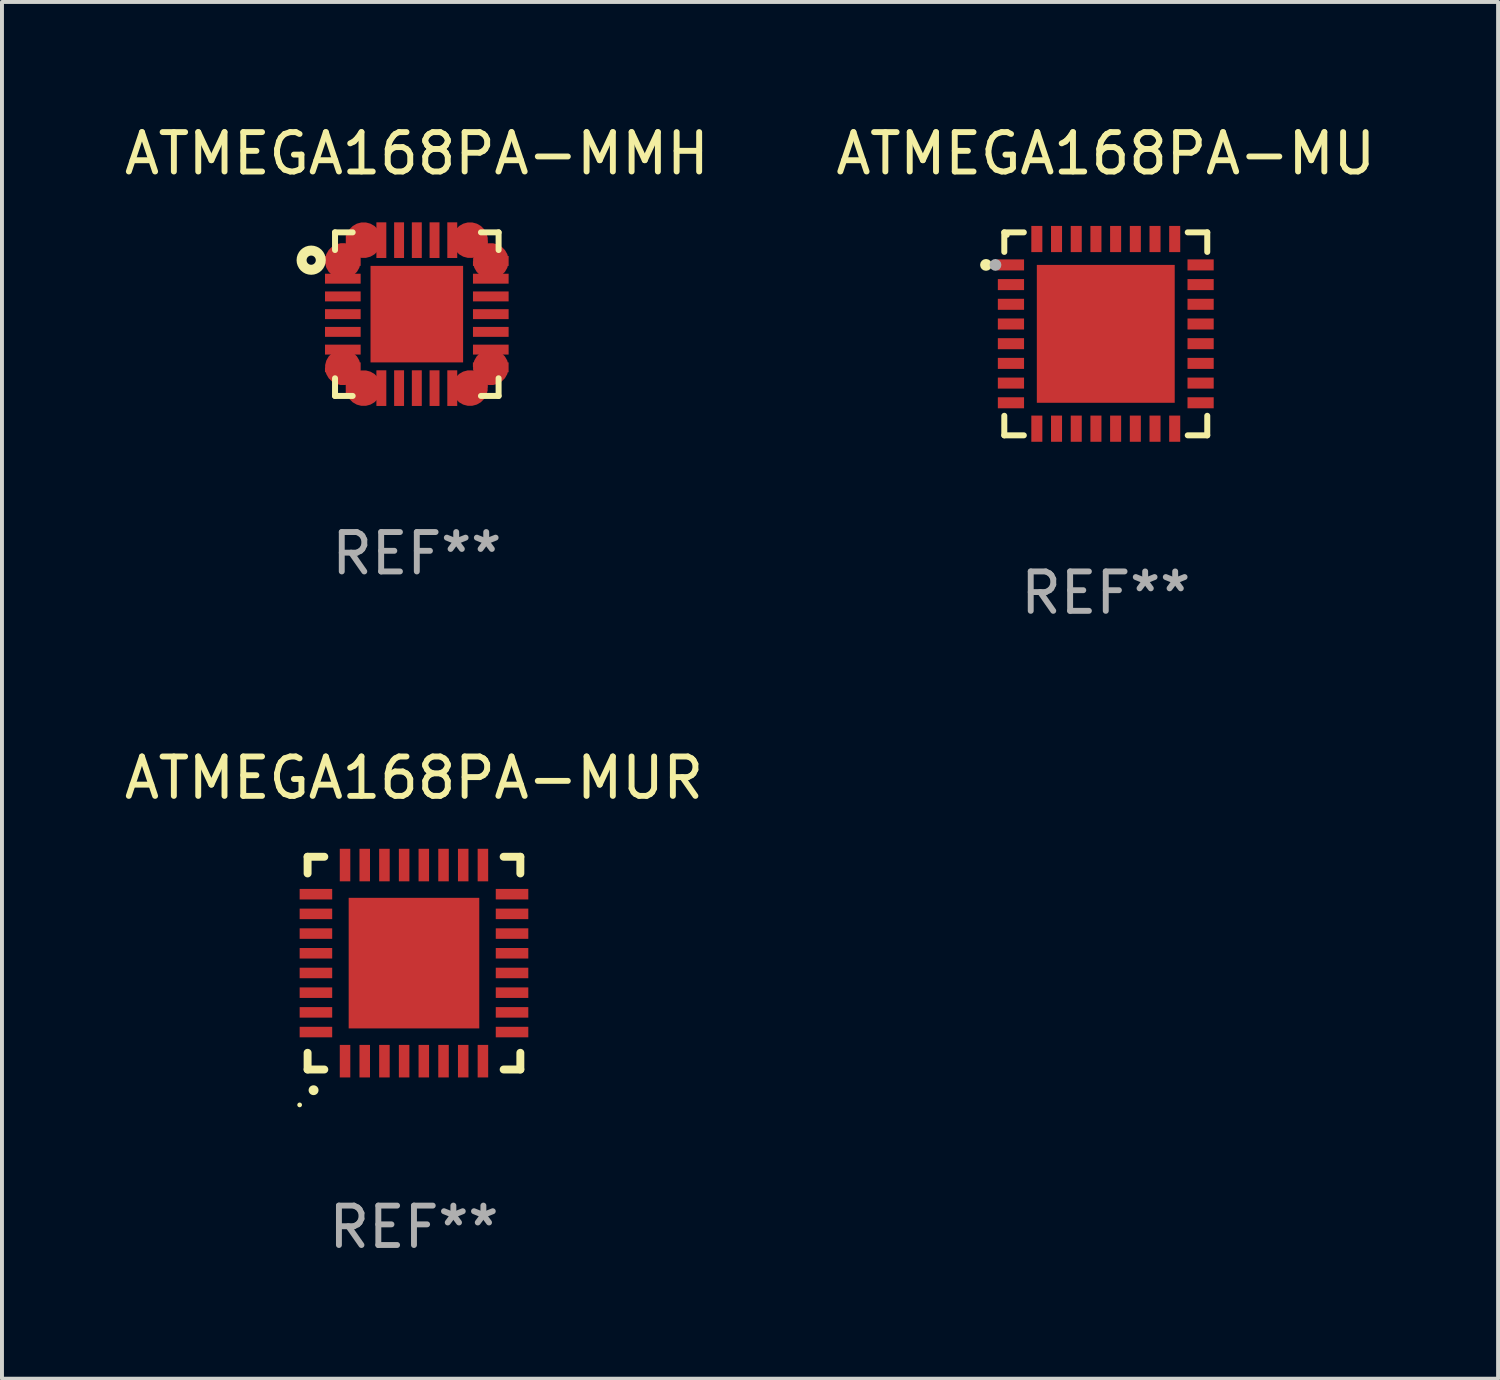
<source format=kicad_pcb>
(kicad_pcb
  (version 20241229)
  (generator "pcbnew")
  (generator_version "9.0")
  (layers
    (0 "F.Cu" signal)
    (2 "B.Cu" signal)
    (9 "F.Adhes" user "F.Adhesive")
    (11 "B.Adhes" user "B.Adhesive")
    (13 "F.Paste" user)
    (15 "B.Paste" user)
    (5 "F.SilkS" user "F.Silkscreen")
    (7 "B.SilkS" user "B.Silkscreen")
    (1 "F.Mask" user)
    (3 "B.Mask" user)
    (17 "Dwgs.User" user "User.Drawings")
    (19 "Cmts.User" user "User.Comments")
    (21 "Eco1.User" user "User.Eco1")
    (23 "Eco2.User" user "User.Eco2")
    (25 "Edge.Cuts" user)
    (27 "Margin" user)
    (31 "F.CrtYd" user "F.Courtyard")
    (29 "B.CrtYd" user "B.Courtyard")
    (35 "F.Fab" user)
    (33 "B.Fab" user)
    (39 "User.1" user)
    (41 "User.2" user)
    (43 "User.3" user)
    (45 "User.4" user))
  (footprint "ATMEGA168PA-MU"
    (layer "F.Cu")
    (at 25.018 5.424)
    (property "Reference" "ATMEGA168PA-MU" (at 0 -4.576 0) (layer "F.SilkS") (effects (font (size 1 1) (thickness 0.15))))
    (attr through_hole)
    (fp_line (start -2.576 -2.576) (end -2.576 -2.08) (stroke (width 0.152) (type solid)) (layer "F.SilkS"))
    (fp_line (start -2.576 2.576) (end -2.576 2.08) (stroke (width 0.152) (type solid)) (layer "F.SilkS"))
    (fp_line (start -2.08 -2.576) (end -2.576 -2.576) (stroke (width 0.152) (type solid)) (layer "F.SilkS"))
    (fp_line (start -2.08 2.576) (end -2.576 2.576) (stroke (width 0.152) (type solid)) (layer "F.SilkS"))
    (fp_line (start 2.08 -2.576) (end 2.576 -2.576) (stroke (width 0.152) (type solid)) (layer "F.SilkS"))
    (fp_line (start 2.08 2.576) (end 2.576 2.576) (stroke (width 0.152) (type solid)) (layer "F.SilkS"))
    (fp_line (start 2.576 -2.576) (end 2.576 -2.08) (stroke (width 0.152) (type solid)) (layer "F.SilkS"))
    (fp_line (start 2.576 2.576) (end 2.576 2.08) (stroke (width 0.152) (type solid)) (layer "F.SilkS"))
    (fp_circle (center -3.04 -1.75) (end -2.965 -1.75) (stroke (width 0.15) (type solid)) (fill no) (layer "F.SilkS"))
    (fp_circle (center -2.5 -2.5) (end -2.47 -2.5) (stroke (width 0.06) (type solid)) (fill no) (layer "F.SilkS"))
    (fp_circle (center -2.8 -1.75) (end -2.725 -1.75) (stroke (width 0.15) (type solid)) (fill no) (layer "F.Fab"))
    (fp_text user "REF**" (at 0 6.576 0) (layer "F.Fab") (effects (font (size 1 1) (thickness 0.15))))
    (pad "1" smd rect (at -2.407 -1.75) (size 0.665 0.28) (layers "F.Cu" "F.Mask" "F.Paste"))
    (pad "2" smd rect (at -2.407 -1.25) (size 0.665 0.28) (layers "F.Cu" "F.Mask" "F.Paste"))
    (pad "3" smd rect (at -2.407 -0.75) (size 0.665 0.28) (layers "F.Cu" "F.Mask" "F.Paste"))
    (pad "4" smd rect (at -2.407 -0.25) (size 0.665 0.28) (layers "F.Cu" "F.Mask" "F.Paste"))
    (pad "5" smd rect (at -2.407 0.25) (size 0.665 0.28) (layers "F.Cu" "F.Mask" "F.Paste"))
    (pad "6" smd rect (at -2.407 0.75) (size 0.665 0.28) (layers "F.Cu" "F.Mask" "F.Paste"))
    (pad "7" smd rect (at -2.407 1.25) (size 0.665 0.28) (layers "F.Cu" "F.Mask" "F.Paste"))
    (pad "8" smd rect (at -2.407 1.75) (size 0.665 0.28) (layers "F.Cu" "F.Mask" "F.Paste"))
    (pad "9" smd rect (at -1.75 2.407) (size 0.28 0.665) (layers "F.Cu" "F.Mask" "F.Paste"))
    (pad "10" smd rect (at -1.25 2.407) (size 0.28 0.665) (layers "F.Cu" "F.Mask" "F.Paste"))
    (pad "11" smd rect (at -0.75 2.407) (size 0.28 0.665) (layers "F.Cu" "F.Mask" "F.Paste"))
    (pad "12" smd rect (at -0.25 2.407) (size 0.28 0.665) (layers "F.Cu" "F.Mask" "F.Paste"))
    (pad "13" smd rect (at 0.25 2.407) (size 0.28 0.665) (layers "F.Cu" "F.Mask" "F.Paste"))
    (pad "14" smd rect (at 0.75 2.407) (size 0.28 0.665) (layers "F.Cu" "F.Mask" "F.Paste"))
    (pad "15" smd rect (at 1.25 2.407) (size 0.28 0.665) (layers "F.Cu" "F.Mask" "F.Paste"))
    (pad "16" smd rect (at 1.75 2.407) (size 0.28 0.665) (layers "F.Cu" "F.Mask" "F.Paste"))
    (pad "17" smd rect (at 2.407 1.75) (size 0.665 0.28) (layers "F.Cu" "F.Mask" "F.Paste"))
    (pad "18" smd rect (at 2.407 1.25) (size 0.665 0.28) (layers "F.Cu" "F.Mask" "F.Paste"))
    (pad "19" smd rect (at 2.407 0.75) (size 0.665 0.28) (layers "F.Cu" "F.Mask" "F.Paste"))
    (pad "20" smd rect (at 2.407 0.25) (size 0.665 0.28) (layers "F.Cu" "F.Mask" "F.Paste"))
    (pad "21" smd rect (at 2.407 -0.25) (size 0.665 0.28) (layers "F.Cu" "F.Mask" "F.Paste"))
    (pad "22" smd rect (at 2.407 -0.75) (size 0.665 0.28) (layers "F.Cu" "F.Mask" "F.Paste"))
    (pad "23" smd rect (at 2.407 -1.25) (size 0.665 0.28) (layers "F.Cu" "F.Mask" "F.Paste"))
    (pad "24" smd rect (at 2.407 -1.75) (size 0.665 0.28) (layers "F.Cu" "F.Mask" "F.Paste"))
    (pad "25" smd rect (at 1.75 -2.407) (size 0.28 0.665) (layers "F.Cu" "F.Mask" "F.Paste"))
    (pad "26" smd rect (at 1.25 -2.407) (size 0.28 0.665) (layers "F.Cu" "F.Mask" "F.Paste"))
    (pad "27" smd rect (at 0.75 -2.407) (size 0.28 0.665) (layers "F.Cu" "F.Mask" "F.Paste"))
    (pad "28" smd rect (at 0.25 -2.407) (size 0.28 0.665) (layers "F.Cu" "F.Mask" "F.Paste"))
    (pad "29" smd rect (at -0.25 -2.407) (size 0.28 0.665) (layers "F.Cu" "F.Mask" "F.Paste"))
    (pad "30" smd rect (at -0.75 -2.407) (size 0.28 0.665) (layers "F.Cu" "F.Mask" "F.Paste"))
    (pad "31" smd rect (at -1.25 -2.407) (size 0.28 0.665) (layers "F.Cu" "F.Mask" "F.Paste"))
    (pad "32" smd rect (at -1.75 -2.407) (size 0.28 0.665) (layers "F.Cu" "F.Mask" "F.Paste"))
    (pad "33" smd rect (at 0 0) (size 3.5 3.5) (layers "F.Cu" "F.Mask" "F.Paste")))
  (footprint "ATMEGA168PA-MMH"
    (layer "F.Cu")
    (at 7.53 4.924)
    (property "Reference" "ATMEGA168PA-MMH" (at 0 -4.076 0) (layer "F.SilkS") (effects (font (size 1 1) (thickness 0.15))))
    (attr through_hole)
    (fp_line (start -2.076 -2.076) (end -1.628 -2.076) (stroke (width 0.152) (type solid)) (layer "F.SilkS"))
    (fp_line (start -2.076 -1.628) (end -2.076 -2.076) (stroke (width 0.152) (type solid)) (layer "F.SilkS"))
    (fp_line (start -2.076 1.628) (end -2.076 2.076) (stroke (width 0.152) (type solid)) (layer "F.SilkS"))
    (fp_line (start -2.076 2.076) (end -1.628 2.076) (stroke (width 0.152) (type solid)) (layer "F.SilkS"))
    (fp_line (start 2.076 -2.076) (end 1.628 -2.076) (stroke (width 0.152) (type solid)) (layer "F.SilkS"))
    (fp_line (start 2.076 -1.628) (end 2.076 -2.076) (stroke (width 0.152) (type solid)) (layer "F.SilkS"))
    (fp_line (start 2.076 1.628) (end 2.076 2.076) (stroke (width 0.152) (type solid)) (layer "F.SilkS"))
    (fp_line (start 2.076 2.076) (end 1.628 2.076) (stroke (width 0.152) (type solid)) (layer "F.SilkS"))
    (fp_circle (center -2.681 -1.37) (end -2.564 -1.37) (stroke (width 0.254) (type solid)) (fill no) (layer "F.SilkS"))
    (fp_text user "REF**" (at 0 6.076 0) (layer "F.Fab") (effects (font (size 1 1) (thickness 0.15))))
    (pad "1" smd custom (at -1.878 -1.351 180) (size 0.906 0.252) (layers "F.Cu" "F.Mask" "F.Paste") (options (anchor circle)) (primitives (gr_poly (pts (xy 0.317 -0.126) (xy 0.453 0.01) (xy 0.453 0.126) (xy -0.453 0.126) (xy -0.453 -0.126) (xy 0.317 -0.126)) (width 0) (fill yes))))
    (pad "2" smd rect (at -1.878 -0.9) (size 0.905 0.252) (layers "F.Cu" "F.Mask" "F.Paste"))
    (pad "3" smd rect (at -1.878 -0.45) (size 0.905 0.252) (layers "F.Cu" "F.Mask" "F.Paste"))
    (pad "4" smd rect (at -1.878 0) (size 0.905 0.252) (layers "F.Cu" "F.Mask" "F.Paste"))
    (pad "5" smd rect (at -1.878 0.45) (size 0.905 0.252) (layers "F.Cu" "F.Mask" "F.Paste"))
    (pad "6" smd rect (at -1.878 0.9) (size 0.905 0.252) (layers "F.Cu" "F.Mask" "F.Paste"))
    (pad "7" smd custom (at -1.878 1.35 180) (size 0.906 0.252) (layers "F.Cu" "F.Mask" "F.Paste") (options (anchor circle)) (primitives (gr_poly (pts (xy 0.317 0.126) (xy 0.453 -0.01) (xy 0.453 -0.126) (xy -0.453 -0.126) (xy -0.453 0.126) (xy 0.317 0.126)) (width 0) (fill yes))))
    (pad "8" smd custom (at -1.351 1.878 270) (size 0.906 0.252) (layers "F.Cu" "F.Mask" "F.Paste") (options (anchor circle)) (primitives (gr_poly (pts (xy -0.126 -0.317) (xy 0.01 -0.453) (xy 0.126 -0.453) (xy 0.126 0.453) (xy -0.126 0.453) (xy -0.126 -0.317)) (width 0) (fill yes))))
    (pad "9" smd rect (at -0.9 1.878) (size 0.252 0.905) (layers "F.Cu" "F.Mask" "F.Paste"))
    (pad "10" smd rect (at -0.45 1.878) (size 0.252 0.905) (layers "F.Cu" "F.Mask" "F.Paste"))
    (pad "11" smd rect (at 0 1.878) (size 0.252 0.905) (layers "F.Cu" "F.Mask" "F.Paste"))
    (pad "12" smd rect (at 0.45 1.878) (size 0.252 0.905) (layers "F.Cu" "F.Mask" "F.Paste"))
    (pad "13" smd rect (at 0.9 1.878) (size 0.252 0.905) (layers "F.Cu" "F.Mask" "F.Paste"))
    (pad "14" smd custom (at 1.349 1.877 270) (size 0.906 0.252) (layers "F.Cu" "F.Mask" "F.Paste") (options (anchor circle)) (primitives (gr_poly (pts (xy 0.126 -0.317) (xy -0.01 -0.453) (xy -0.126 -0.453) (xy -0.126 0.453) (xy 0.126 0.453) (xy 0.126 -0.317)) (width 0) (fill yes))))
    (pad "15" smd custom (at 1.877 1.35) (size 0.906 0.252) (layers "F.Cu" "F.Mask" "F.Paste") (options (anchor circle)) (primitives (gr_poly (pts (xy -0.317 0.126) (xy -0.453 -0.01) (xy -0.453 -0.126) (xy 0.453 -0.126) (xy 0.453 0.126) (xy -0.317 0.126)) (width 0) (fill yes))))
    (pad "16" smd rect (at 1.878 0.9) (size 0.905 0.252) (layers "F.Cu" "F.Mask" "F.Paste"))
    (pad "17" smd rect (at 1.878 0.45) (size 0.905 0.252) (layers "F.Cu" "F.Mask" "F.Paste"))
    (pad "18" smd rect (at 1.878 0) (size 0.905 0.252) (layers "F.Cu" "F.Mask" "F.Paste"))
    (pad "19" smd rect (at 1.878 -0.45) (size 0.905 0.252) (layers "F.Cu" "F.Mask" "F.Paste"))
    (pad "20" smd rect (at 1.878 -0.9) (size 0.905 0.252) (layers "F.Cu" "F.Mask" "F.Paste"))
    (pad "21" smd custom (at 1.878 -1.35) (size 0.906 0.252) (layers "F.Cu" "F.Mask" "F.Paste") (options (anchor circle)) (primitives (gr_poly (pts (xy -0.317 -0.126) (xy -0.453 0.01) (xy -0.453 0.126) (xy 0.453 0.126) (xy 0.453 -0.126) (xy -0.317 -0.126)) (width 0) (fill yes))))
    (pad "22" smd custom (at 1.351 -1.878 90) (size 0.906 0.252) (layers "F.Cu" "F.Mask" "F.Paste") (options (anchor circle)) (primitives (gr_poly (pts (xy 0.126 0.317) (xy -0.01 0.453) (xy -0.126 0.453) (xy -0.126 -0.453) (xy 0.126 -0.453) (xy 0.126 0.317)) (width 0) (fill yes))))
    (pad "23" smd rect (at 0.9 -1.878) (size 0.252 0.905) (layers "F.Cu" "F.Mask" "F.Paste"))
    (pad "24" smd rect (at 0.45 -1.878) (size 0.252 0.905) (layers "F.Cu" "F.Mask" "F.Paste"))
    (pad "25" smd rect (at 0 -1.878) (size 0.252 0.905) (layers "F.Cu" "F.Mask" "F.Paste"))
    (pad "26" smd rect (at -0.45 -1.878) (size 0.252 0.905) (layers "F.Cu" "F.Mask" "F.Paste"))
    (pad "27" smd rect (at -0.9 -1.878) (size 0.252 0.905) (layers "F.Cu" "F.Mask" "F.Paste"))
    (pad "28" smd custom (at -1.35 -1.878 90) (size 0.906 0.252) (layers "F.Cu" "F.Mask" "F.Paste") (options (anchor circle)) (primitives (gr_poly (pts (xy -0.126 0.317) (xy 0.01 0.453) (xy 0.126 0.453) (xy 0.126 -0.453) (xy -0.126 -0.453) (xy -0.126 0.317)) (width 0) (fill yes))))
    (pad "29" smd rect (at 0 0) (size 2.35 2.45) (layers "F.Cu" "F.Mask" "F.Paste")))
  (footprint "ATMEGA168PA-MUR"
    (layer "F.Cu")
    (at 7.458 21.397)
    (property "Reference" "ATMEGA168PA-MUR" (at 0 -4.7 0) (layer "F.SilkS") (effects (font (size 1 1) (thickness 0.15))))
    (attr through_hole)
    (fp_line (start -2.7 -2.7) (end -2.7 -2.276) (stroke (width 0.201) (type solid)) (layer "F.SilkS"))
    (fp_line (start -2.7 2.7) (end -2.7 2.276) (stroke (width 0.201) (type solid)) (layer "F.SilkS"))
    (fp_line (start -2.276 -2.7) (end -2.7 -2.7) (stroke (width 0.201) (type solid)) (layer "F.SilkS"))
    (fp_line (start -2.276 2.7) (end -2.7 2.7) (stroke (width 0.201) (type solid)) (layer "F.SilkS"))
    (fp_line (start 2.276 2.7) (end 2.7 2.7) (stroke (width 0.201) (type solid)) (layer "F.SilkS"))
    (fp_line (start 2.7 -2.7) (end 2.276 -2.7) (stroke (width 0.201) (type solid)) (layer "F.SilkS"))
    (fp_line (start 2.7 -2.276) (end 2.7 -2.7) (stroke (width 0.201) (type solid)) (layer "F.SilkS"))
    (fp_line (start 2.7 2.7) (end 2.7 2.276) (stroke (width 0.201) (type solid)) (layer "F.SilkS"))
    (fp_arc (start -2.550165 3.225781) (mid -2.548895 3.225775) (end -2.547625 3.225781) (stroke (width 0.24892) (type solid)) (layer "F.SilkS"))
    (fp_circle (center -2.902 3.599) (end -2.872 3.599) (stroke (width 0.06) (type solid)) (fill no) (layer "F.SilkS"))
    (fp_text user "REF**" (at 0 6.7 0) (layer "F.Fab") (effects (font (size 1 1) (thickness 0.15))))
    (pad "1" smd rect (at -1.75 2.489 180) (size 0.267 0.826) (layers "F.Cu" "F.Mask" "F.Paste"))
    (pad "2" smd rect (at -1.25 2.489 180) (size 0.267 0.826) (layers "F.Cu" "F.Mask" "F.Paste"))
    (pad "3" smd rect (at -0.75 2.489 180) (size 0.267 0.826) (layers "F.Cu" "F.Mask" "F.Paste"))
    (pad "4" smd rect (at -0.25 2.489 180) (size 0.267 0.826) (layers "F.Cu" "F.Mask" "F.Paste"))
    (pad "5" smd rect (at 0.25 2.489 180) (size 0.267 0.826) (layers "F.Cu" "F.Mask" "F.Paste"))
    (pad "6" smd rect (at 0.75 2.489 180) (size 0.267 0.826) (layers "F.Cu" "F.Mask" "F.Paste"))
    (pad "7" smd rect (at 1.25 2.489 180) (size 0.267 0.826) (layers "F.Cu" "F.Mask" "F.Paste"))
    (pad "8" smd rect (at 1.75 2.489 180) (size 0.267 0.826) (layers "F.Cu" "F.Mask" "F.Paste"))
    (pad "9" smd rect (at 2.489 1.75 90) (size 0.267 0.826) (layers "F.Cu" "F.Mask" "F.Paste"))
    (pad "10" smd rect (at 2.489 1.25 90) (size 0.267 0.826) (layers "F.Cu" "F.Mask" "F.Paste"))
    (pad "11" smd rect (at 2.489 0.75 90) (size 0.267 0.826) (layers "F.Cu" "F.Mask" "F.Paste"))
    (pad "12" smd rect (at 2.489 0.25 90) (size 0.267 0.826) (layers "F.Cu" "F.Mask" "F.Paste"))
    (pad "13" smd rect (at 2.489 -0.25 90) (size 0.267 0.826) (layers "F.Cu" "F.Mask" "F.Paste"))
    (pad "14" smd rect (at 2.489 -0.75 90) (size 0.267 0.826) (layers "F.Cu" "F.Mask" "F.Paste"))
    (pad "15" smd rect (at 2.489 -1.25 90) (size 0.267 0.826) (layers "F.Cu" "F.Mask" "F.Paste"))
    (pad "16" smd rect (at 2.489 -1.75 90) (size 0.267 0.826) (layers "F.Cu" "F.Mask" "F.Paste"))
    (pad "17" smd rect (at 1.75 -2.489 180) (size 0.267 0.826) (layers "F.Cu" "F.Mask" "F.Paste"))
    (pad "18" smd rect (at 1.25 -2.489 180) (size 0.267 0.826) (layers "F.Cu" "F.Mask" "F.Paste"))
    (pad "19" smd rect (at 0.75 -2.489 180) (size 0.267 0.826) (layers "F.Cu" "F.Mask" "F.Paste"))
    (pad "20" smd rect (at 0.25 -2.489 180) (size 0.267 0.826) (layers "F.Cu" "F.Mask" "F.Paste"))
    (pad "21" smd rect (at -0.25 -2.489 180) (size 0.267 0.826) (layers "F.Cu" "F.Mask" "F.Paste"))
    (pad "22" smd rect (at -0.75 -2.489 180) (size 0.267 0.826) (layers "F.Cu" "F.Mask" "F.Paste"))
    (pad "23" smd rect (at -1.25 -2.489 180) (size 0.267 0.826) (layers "F.Cu" "F.Mask" "F.Paste"))
    (pad "24" smd rect (at -1.75 -2.489 180) (size 0.267 0.826) (layers "F.Cu" "F.Mask" "F.Paste"))
    (pad "25" smd rect (at -2.489 -1.75 90) (size 0.267 0.826) (layers "F.Cu" "F.Mask" "F.Paste"))
    (pad "26" smd rect (at -2.489 -1.25 90) (size 0.267 0.826) (layers "F.Cu" "F.Mask" "F.Paste"))
    (pad "27" smd rect (at -2.489 -0.75 90) (size 0.267 0.826) (layers "F.Cu" "F.Mask" "F.Paste"))
    (pad "28" smd rect (at -2.489 -0.25 90) (size 0.267 0.826) (layers "F.Cu" "F.Mask" "F.Paste"))
    (pad "29" smd rect (at -2.489 0.25 90) (size 0.267 0.826) (layers "F.Cu" "F.Mask" "F.Paste"))
    (pad "30" smd rect (at -2.489 0.75 90) (size 0.267 0.826) (layers "F.Cu" "F.Mask" "F.Paste"))
    (pad "31" smd rect (at -2.489 1.25 90) (size 0.267 0.826) (layers "F.Cu" "F.Mask" "F.Paste"))
    (pad "32" smd rect (at -2.489 1.75 90) (size 0.267 0.826) (layers "F.Cu" "F.Mask" "F.Paste"))
    (pad "33" smd rect (at -0.000102 0.000076 90) (size 3.315 3.315) (layers "F.Cu" "F.Mask" "F.Paste")))
  (gr_rect
    (start -3 -3)
    (end 34.976 31.945)
    (stroke (width 0.1) (type default))
    (fill no)
    (layer "Edge.Cuts")))
</source>
